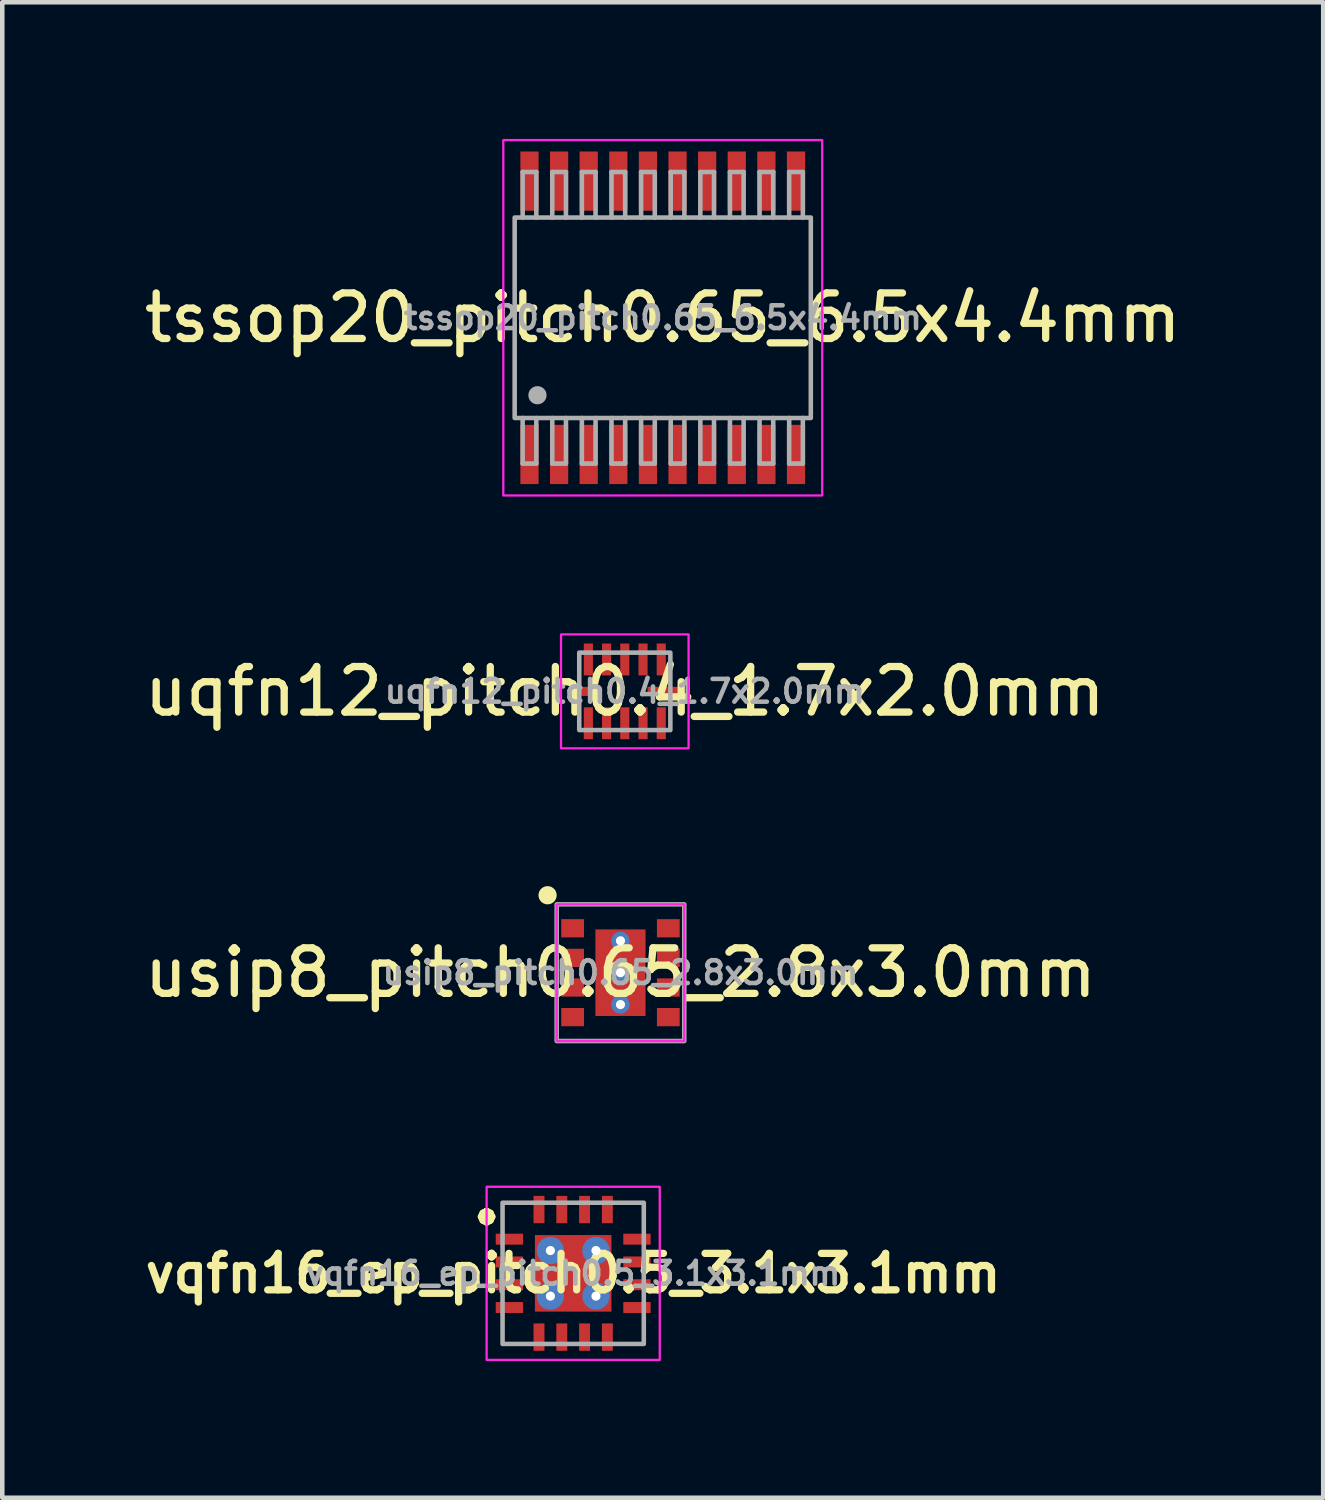
<source format=kicad_pcb>
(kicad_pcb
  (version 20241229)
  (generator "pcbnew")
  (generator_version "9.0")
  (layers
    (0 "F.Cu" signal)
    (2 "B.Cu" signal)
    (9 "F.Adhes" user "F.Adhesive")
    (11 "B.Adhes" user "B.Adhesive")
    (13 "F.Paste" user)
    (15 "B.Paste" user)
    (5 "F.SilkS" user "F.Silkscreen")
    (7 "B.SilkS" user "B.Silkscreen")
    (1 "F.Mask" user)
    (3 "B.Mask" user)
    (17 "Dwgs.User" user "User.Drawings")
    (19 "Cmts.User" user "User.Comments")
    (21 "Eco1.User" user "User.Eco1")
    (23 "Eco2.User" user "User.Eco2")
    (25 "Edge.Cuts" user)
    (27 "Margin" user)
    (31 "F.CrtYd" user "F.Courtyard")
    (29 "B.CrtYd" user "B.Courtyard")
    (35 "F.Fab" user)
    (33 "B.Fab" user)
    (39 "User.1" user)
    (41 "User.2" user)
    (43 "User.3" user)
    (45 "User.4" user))
  (footprint "vqfn16_ep_pitch0.5_3.1x3.1mm"
    (layer "F.Cu")
    (at 9.531 24.899)
    (property "Reference" "vqfn16_ep_pitch0.5_3.1x3.1mm" (at 0 0 0) (layer "F.SilkS") (effects (font (size 0.8 0.8) (thickness 0.16))))
    (property "Pin_1_mark" "•" (at -1.9 -1.3 0) (layer "F.SilkS") (effects (font (size 0.8 0.8) (thickness 0.16))))
    (attr smd)
    (fp_rect (start -1.9 -1.9) (end 1.9 1.9) (stroke (width 0.05) (type default)) (fill no) (layer "F.CrtYd"))
    (fp_rect (start -1.55 -1.55) (end 1.55 1.55) (stroke (width 0.1) (type solid)) (fill no) (layer "F.Fab"))
    (fp_text user "${REFERENCE}" (at 0 0 0) (layer "F.Fab") (effects (font (size 0.5 0.5) (thickness 0.1))))
    (pad "1" smd rect (at -1.4 -0.75) (size 0.6 0.24) (layers "F.Cu" "F.Mask" "F.Paste"))
    (pad "2" smd rect (at -1.4 -0.25) (size 0.6 0.24) (layers "F.Cu" "F.Mask" "F.Paste"))
    (pad "3" smd rect (at -1.4 0.25) (size 0.6 0.24) (layers "F.Cu" "F.Mask" "F.Paste"))
    (pad "4" smd rect (at -1.4 0.75) (size 0.6 0.24) (layers "F.Cu" "F.Mask" "F.Paste"))
    (pad "5" smd rect (at -0.75 1.4 90) (size 0.6 0.24) (layers "F.Cu" "F.Mask" "F.Paste"))
    (pad "6" smd rect (at -0.25 1.4 90) (size 0.6 0.24) (layers "F.Cu" "F.Mask" "F.Paste"))
    (pad "7" smd rect (at 0.25 1.4 90) (size 0.6 0.24) (layers "F.Cu" "F.Mask" "F.Paste"))
    (pad "8" smd rect (at 0.75 1.4 90) (size 0.6 0.24) (layers "F.Cu" "F.Mask" "F.Paste"))
    (pad "9" smd rect (at 1.4 0.75) (size 0.6 0.24) (layers "F.Cu" "F.Mask" "F.Paste"))
    (pad "10" smd rect (at 1.4 0.25) (size 0.6 0.24) (layers "F.Cu" "F.Mask" "F.Paste"))
    (pad "11" smd rect (at 1.4 -0.25) (size 0.6 0.24) (layers "F.Cu" "F.Mask" "F.Paste"))
    (pad "12" smd rect (at 1.4 -0.75) (size 0.6 0.24) (layers "F.Cu" "F.Mask" "F.Paste"))
    (pad "13" smd rect (at 0.75 -1.4 90) (size 0.6 0.24) (layers "F.Cu" "F.Mask" "F.Paste"))
    (pad "14" smd rect (at 0.25 -1.4 90) (size 0.6 0.24) (layers "F.Cu" "F.Mask" "F.Paste"))
    (pad "15" smd rect (at -0.25 -1.4 90) (size 0.6 0.24) (layers "F.Cu" "F.Mask" "F.Paste"))
    (pad "16" smd rect (at -0.75 -1.4 90) (size 0.6 0.24) (layers "F.Cu" "F.Mask" "F.Paste"))
    (pad "17" thru_hole circle (at -0.5 -0.5) (size 0.6 0.6) (drill 0.2) (layers "*.Cu"))
    (pad "17" thru_hole circle (at -0.5 0.5) (size 0.6 0.6) (drill 0.2) (layers "*.Cu"))
    (pad "17" smd rect (at 0 0) (size 1.68 1.68) (layers "F.Cu" "F.Mask" "F.Paste"))
    (pad "17" thru_hole circle (at 0.5 -0.5) (size 0.6 0.6) (drill 0.2) (layers "*.Cu"))
    (pad "17" thru_hole circle (at 0.5 0.5) (size 0.6 0.6) (drill 0.2) (layers "*.Cu")))
  (footprint "uqfn12_pitch0.4_1.7x2.0mm"
    (layer "F.Cu")
    (at 10.664 12.125)
    (property "Reference" "uqfn12_pitch0.4_1.7x2.0mm" (at 0 0 0) (layer "F.SilkS") (effects (font (size 1 1) (thickness 0.16))))
    (attr smd)
    (fp_rect (start -1.4 -1.25) (end 1.4 1.25) (stroke (width 0.05) (type solid)) (fill no) (layer "F.CrtYd"))
    (fp_rect (start -1 -0.85) (end 1 0.85) (stroke (width 0.1) (type solid)) (fill no) (layer "F.Fab"))
    (fp_text user "${REFERENCE}" (at 0 0 0) (layer "F.Fab") (effects (font (size 0.5 0.5) (thickness 0.1))))
    (pad "1" smd rect (at -0.8 0.7) (size 0.2 0.7) (layers "F.Cu" "F.Mask" "F.Paste"))
    (pad "2" smd rect (at -0.4 0.7) (size 0.2 0.7) (layers "F.Cu" "F.Mask" "F.Paste"))
    (pad "3" smd rect (at 0 0.7) (size 0.2 0.7) (layers "F.Cu" "F.Mask" "F.Paste"))
    (pad "4" smd rect (at 0.4 0.7) (size 0.2 0.7) (layers "F.Cu" "F.Mask" "F.Paste"))
    (pad "5" smd rect (at 0.8 0.7) (size 0.2 0.7) (layers "F.Cu" "F.Mask" "F.Paste"))
    (pad "6" smd rect (at 0.85 0 90) (size 0.2 0.7) (layers "F.Cu" "F.Mask" "F.Paste"))
    (pad "7" smd rect (at 0.8 -0.7) (size 0.2 0.7) (layers "F.Cu" "F.Mask" "F.Paste"))
    (pad "8" smd rect (at 0.4 -0.7) (size 0.2 0.7) (layers "F.Cu" "F.Mask" "F.Paste"))
    (pad "9" smd rect (at 0 -0.7) (size 0.2 0.7) (layers "F.Cu" "F.Mask" "F.Paste"))
    (pad "10" smd rect (at -0.4 -0.7) (size 0.2 0.7) (layers "F.Cu" "F.Mask" "F.Paste"))
    (pad "11" smd rect (at -0.8 -0.7) (size 0.2 0.7) (layers "F.Cu" "F.Mask" "F.Paste"))
    (pad "12" smd rect (at -0.85 0 90) (size 0.2 0.7) (layers "F.Cu" "F.Mask" "F.Paste")))
  (footprint "tssop20_pitch0.65_6.5x4.4mm"
    (layer "F.Cu")
    (at 11.497 3.925)
    (property "Reference" "tssop20_pitch0.65_6.5x4.4mm" (at 0 0 0) (layer "F.SilkS") (effects (font (size 1 1) (thickness 0.16))))
    (attr smd)
    (fp_rect (start -3.5 3.9) (end 3.5 -3.9) (stroke (width 0.05) (type default)) (fill no) (layer "F.CrtYd"))
    (fp_line (start -3.075 -3.2) (end -3.075 -2.2) (stroke (width 0.1) (type solid)) (layer "F.Fab"))
    (fp_line (start -3.075 2.2) (end -3.075 3.2) (stroke (width 0.1) (type solid)) (layer "F.Fab"))
    (fp_line (start -3.075 3.2) (end -2.775 3.2) (stroke (width 0.1) (type solid)) (layer "F.Fab"))
    (fp_line (start -2.775 -3.2) (end -3.075 -3.2) (stroke (width 0.1) (type solid)) (layer "F.Fab"))
    (fp_line (start -2.775 -2.2) (end -2.775 -3.2) (stroke (width 0.1) (type solid)) (layer "F.Fab"))
    (fp_line (start -2.775 3.2) (end -2.775 2.2) (stroke (width 0.1) (type solid)) (layer "F.Fab"))
    (fp_line (start -2.425 -3.2) (end -2.425 -2.2) (stroke (width 0.1) (type solid)) (layer "F.Fab"))
    (fp_line (start -2.425 2.2) (end -2.425 3.2) (stroke (width 0.1) (type solid)) (layer "F.Fab"))
    (fp_line (start -2.425 3.2) (end -2.125 3.2) (stroke (width 0.1) (type solid)) (layer "F.Fab"))
    (fp_line (start -2.125 -3.2) (end -2.425 -3.2) (stroke (width 0.1) (type solid)) (layer "F.Fab"))
    (fp_line (start -2.125 -2.2) (end -2.125 -3.2) (stroke (width 0.1) (type solid)) (layer "F.Fab"))
    (fp_line (start -2.125 3.2) (end -2.125 2.2) (stroke (width 0.1) (type solid)) (layer "F.Fab"))
    (fp_line (start -1.775 -3.2) (end -1.775 -2.2) (stroke (width 0.1) (type solid)) (layer "F.Fab"))
    (fp_line (start -1.775 2.2) (end -1.775 3.2) (stroke (width 0.1) (type solid)) (layer "F.Fab"))
    (fp_line (start -1.775 3.2) (end -1.475 3.2) (stroke (width 0.1) (type solid)) (layer "F.Fab"))
    (fp_line (start -1.475 -3.2) (end -1.775 -3.2) (stroke (width 0.1) (type solid)) (layer "F.Fab"))
    (fp_line (start -1.475 -2.2) (end -1.475 -3.2) (stroke (width 0.1) (type solid)) (layer "F.Fab"))
    (fp_line (start -1.475 3.2) (end -1.475 2.2) (stroke (width 0.1) (type solid)) (layer "F.Fab"))
    (fp_line (start -1.125 -3.2) (end -1.125 -2.2) (stroke (width 0.1) (type solid)) (layer "F.Fab"))
    (fp_line (start -1.125 2.2) (end -1.125 3.2) (stroke (width 0.1) (type solid)) (layer "F.Fab"))
    (fp_line (start -1.125 3.2) (end -0.825 3.2) (stroke (width 0.1) (type solid)) (layer "F.Fab"))
    (fp_line (start -0.825 -3.2) (end -1.125 -3.2) (stroke (width 0.1) (type solid)) (layer "F.Fab"))
    (fp_line (start -0.825 -2.2) (end -0.825 -3.2) (stroke (width 0.1) (type solid)) (layer "F.Fab"))
    (fp_line (start -0.825 3.2) (end -0.825 2.2) (stroke (width 0.1) (type solid)) (layer "F.Fab"))
    (fp_line (start -0.475 -3.2) (end -0.475 -2.2) (stroke (width 0.1) (type solid)) (layer "F.Fab"))
    (fp_line (start -0.475 2.2) (end -0.475 3.2) (stroke (width 0.1) (type solid)) (layer "F.Fab"))
    (fp_line (start -0.475 3.2) (end -0.175 3.2) (stroke (width 0.1) (type solid)) (layer "F.Fab"))
    (fp_line (start -0.175 -3.2) (end -0.475 -3.2) (stroke (width 0.1) (type solid)) (layer "F.Fab"))
    (fp_line (start -0.175 -2.2) (end -0.175 -3.2) (stroke (width 0.1) (type solid)) (layer "F.Fab"))
    (fp_line (start -0.175 3.2) (end -0.175 2.2) (stroke (width 0.1) (type solid)) (layer "F.Fab"))
    (fp_line (start 0.175 -3.2) (end 0.175 -2.2) (stroke (width 0.1) (type solid)) (layer "F.Fab"))
    (fp_line (start 0.175 2.2) (end 0.175 3.2) (stroke (width 0.1) (type solid)) (layer "F.Fab"))
    (fp_line (start 0.175 3.2) (end 0.475 3.2) (stroke (width 0.1) (type solid)) (layer "F.Fab"))
    (fp_line (start 0.475 -3.2) (end 0.175 -3.2) (stroke (width 0.1) (type solid)) (layer "F.Fab"))
    (fp_line (start 0.475 -2.2) (end 0.475 -3.2) (stroke (width 0.1) (type solid)) (layer "F.Fab"))
    (fp_line (start 0.475 3.2) (end 0.475 2.2) (stroke (width 0.1) (type solid)) (layer "F.Fab"))
    (fp_line (start 0.825 -3.2) (end 0.825 -2.2) (stroke (width 0.1) (type solid)) (layer "F.Fab"))
    (fp_line (start 0.825 2.2) (end 0.825 3.2) (stroke (width 0.1) (type solid)) (layer "F.Fab"))
    (fp_line (start 0.825 3.2) (end 1.125 3.2) (stroke (width 0.1) (type solid)) (layer "F.Fab"))
    (fp_line (start 1.125 -3.2) (end 0.825 -3.2) (stroke (width 0.1) (type solid)) (layer "F.Fab"))
    (fp_line (start 1.125 -2.2) (end 1.125 -3.2) (stroke (width 0.1) (type solid)) (layer "F.Fab"))
    (fp_line (start 1.125 3.2) (end 1.125 2.2) (stroke (width 0.1) (type solid)) (layer "F.Fab"))
    (fp_line (start 1.475 -3.2) (end 1.475 -2.2) (stroke (width 0.1) (type solid)) (layer "F.Fab"))
    (fp_line (start 1.475 2.2) (end 1.475 3.2) (stroke (width 0.1) (type solid)) (layer "F.Fab"))
    (fp_line (start 1.475 3.2) (end 1.775 3.2) (stroke (width 0.1) (type solid)) (layer "F.Fab"))
    (fp_line (start 1.775 -3.2) (end 1.475 -3.2) (stroke (width 0.1) (type solid)) (layer "F.Fab"))
    (fp_line (start 1.775 -2.2) (end 1.775 -3.2) (stroke (width 0.1) (type solid)) (layer "F.Fab"))
    (fp_line (start 1.775 3.2) (end 1.775 2.2) (stroke (width 0.1) (type solid)) (layer "F.Fab"))
    (fp_line (start 2.125 -3.2) (end 2.125 -2.2) (stroke (width 0.1) (type solid)) (layer "F.Fab"))
    (fp_line (start 2.125 2.2) (end 2.125 3.2) (stroke (width 0.1) (type solid)) (layer "F.Fab"))
    (fp_line (start 2.125 3.2) (end 2.425 3.2) (stroke (width 0.1) (type solid)) (layer "F.Fab"))
    (fp_line (start 2.425 -3.2) (end 2.125 -3.2) (stroke (width 0.1) (type solid)) (layer "F.Fab"))
    (fp_line (start 2.425 -2.2) (end 2.425 -3.2) (stroke (width 0.1) (type solid)) (layer "F.Fab"))
    (fp_line (start 2.425 3.2) (end 2.425 2.2) (stroke (width 0.1) (type solid)) (layer "F.Fab"))
    (fp_line (start 2.775 -3.2) (end 2.775 -2.2) (stroke (width 0.1) (type solid)) (layer "F.Fab"))
    (fp_line (start 2.775 2.2) (end 2.775 3.2) (stroke (width 0.1) (type solid)) (layer "F.Fab"))
    (fp_line (start 2.775 3.2) (end 3.075 3.2) (stroke (width 0.1) (type solid)) (layer "F.Fab"))
    (fp_line (start 3.075 -3.2) (end 2.775 -3.2) (stroke (width 0.1) (type solid)) (layer "F.Fab"))
    (fp_line (start 3.075 -2.2) (end 3.075 -3.2) (stroke (width 0.1) (type solid)) (layer "F.Fab"))
    (fp_line (start 3.075 3.2) (end 3.075 2.2) (stroke (width 0.1) (type solid)) (layer "F.Fab"))
    (fp_rect (start -3.25 -2.2) (end 3.25 2.2) (stroke (width 0.1) (type default)) (fill no) (layer "F.Fab"))
    (fp_circle (center -2.75 1.7) (end -2.65 1.7) (stroke (width 0.2) (type solid)) (fill no) (layer "F.Fab"))
    (fp_text user "${REFERENCE}" (at 0 0 0) (layer "F.Fab") (effects (font (size 0.5 0.5) (thickness 0.1))))
    (pad "1" smd rect (at -2.925 3) (size 0.4 1.3) (layers "F.Cu" "F.Mask" "F.Paste"))
    (pad "2" smd rect (at -2.275 3) (size 0.4 1.3) (layers "F.Cu" "F.Mask" "F.Paste"))
    (pad "3" smd rect (at -1.625 3) (size 0.4 1.3) (layers "F.Cu" "F.Mask" "F.Paste"))
    (pad "4" smd rect (at -0.975 3) (size 0.4 1.3) (layers "F.Cu" "F.Mask" "F.Paste"))
    (pad "5" smd rect (at -0.325 3) (size 0.4 1.3) (layers "F.Cu" "F.Mask" "F.Paste"))
    (pad "6" smd rect (at 0.325 3) (size 0.4 1.3) (layers "F.Cu" "F.Mask" "F.Paste"))
    (pad "7" smd rect (at 0.975 3) (size 0.4 1.3) (layers "F.Cu" "F.Mask" "F.Paste"))
    (pad "8" smd rect (at 1.625 3) (size 0.4 1.3) (layers "F.Cu" "F.Mask" "F.Paste"))
    (pad "9" smd rect (at 2.275 3) (size 0.4 1.3) (layers "F.Cu" "F.Mask" "F.Paste"))
    (pad "10" smd rect (at 2.925 3) (size 0.4 1.3) (layers "F.Cu" "F.Mask" "F.Paste"))
    (pad "11" smd rect (at 2.925 -3) (size 0.4 1.3) (layers "F.Cu" "F.Mask" "F.Paste"))
    (pad "12" smd rect (at 2.275 -3) (size 0.4 1.3) (layers "F.Cu" "F.Mask" "F.Paste"))
    (pad "13" smd rect (at 1.625 -3) (size 0.4 1.3) (layers "F.Cu" "F.Mask" "F.Paste"))
    (pad "14" smd rect (at 0.975 -3) (size 0.4 1.3) (layers "F.Cu" "F.Mask" "F.Paste"))
    (pad "15" smd rect (at 0.325 -3) (size 0.4 1.3) (layers "F.Cu" "F.Mask" "F.Paste"))
    (pad "16" smd rect (at -0.325 -3) (size 0.4 1.3) (layers "F.Cu" "F.Mask" "F.Paste"))
    (pad "17" smd rect (at -0.975 -3) (size 0.4 1.3) (layers "F.Cu" "F.Mask" "F.Paste"))
    (pad "18" smd rect (at -1.625 -3) (size 0.4 1.3) (layers "F.Cu" "F.Mask" "F.Paste"))
    (pad "19" smd rect (at -2.275 -3) (size 0.4 1.3) (layers "F.Cu" "F.Mask" "F.Paste"))
    (pad "20" smd rect (at -2.925 -3) (size 0.4 1.3) (layers "F.Cu" "F.Mask" "F.Paste")))
  (footprint "usip8_pitch0.65_2.8x3.0mm"
    (layer "F.Cu")
    (at 10.569 18.3)
    (property "Reference" "usip8_pitch0.65_2.8x3.0mm" (at 0 0 0) (layer "F.SilkS") (effects (font (size 1 1) (thickness 0.16))))
    (attr smd)
    (fp_circle (center -1.6 -1.7) (end -1.5 -1.7) (stroke (width 0.2) (type solid)) (fill no) (layer "F.SilkS"))
    (fp_rect (start -1.4 -1.5) (end 1.4 1.5) (stroke (width 0.05) (type solid)) (fill no) (layer "F.CrtYd"))
    (fp_rect (start -1.4 -1.5) (end 1.4 1.5) (stroke (width 0.1) (type solid)) (fill no) (layer "F.Fab"))
    (fp_text user "${REFERENCE}" (at 0 0 0) (layer "F.Fab") (effects (font (size 0.5 0.5) (thickness 0.1))))
    (pad "1" smd rect (at -1.05 -0.975) (size 0.5 0.4) (layers "F.Cu" "F.Mask" "F.Paste"))
    (pad "2" smd rect (at -1.05 -0.325) (size 0.5 0.4) (layers "F.Cu" "F.Mask" "F.Paste"))
    (pad "3" smd rect (at -1.05 0.325) (size 0.5 0.4) (layers "F.Cu" "F.Mask" "F.Paste"))
    (pad "4" smd rect (at -1.05 0.975) (size 0.5 0.4) (layers "F.Cu" "F.Mask" "F.Paste"))
    (pad "5" smd rect (at 1.05 0.975) (size 0.5 0.4) (layers "F.Cu" "F.Mask" "F.Paste"))
    (pad "6" smd rect (at 1.05 0.325) (size 0.5 0.4) (layers "F.Cu" "F.Mask" "F.Paste"))
    (pad "7" smd rect (at 1.05 -0.325) (size 0.5 0.4) (layers "F.Cu" "F.Mask" "F.Paste"))
    (pad "8" smd rect (at 1.05 -0.975) (size 0.5 0.4) (layers "F.Cu" "F.Mask" "F.Paste"))
    (pad "9" thru_hole circle (at 0 -0.7) (size 0.4 0.4) (drill 0.2) (layers "*.Cu" "*.Mask"))
    (pad "9" thru_hole circle (at 0 0) (size 0.4 0.4) (drill 0.2) (layers "*.Cu" "*.Mask"))
    (pad "9" smd rect (at 0 0) (size 1.1 1.9) (layers "F.Cu" "F.Mask" "F.Paste"))
    (pad "9" thru_hole circle (at 0 0.7) (size 0.4 0.4) (drill 0.2) (layers "*.Cu" "*.Mask")))
  (gr_rect
    (start -3 -3)
    (end 25.994 29.824)
    (stroke (width 0.1) (type default))
    (fill no)
    (layer "Edge.Cuts")))
</source>
